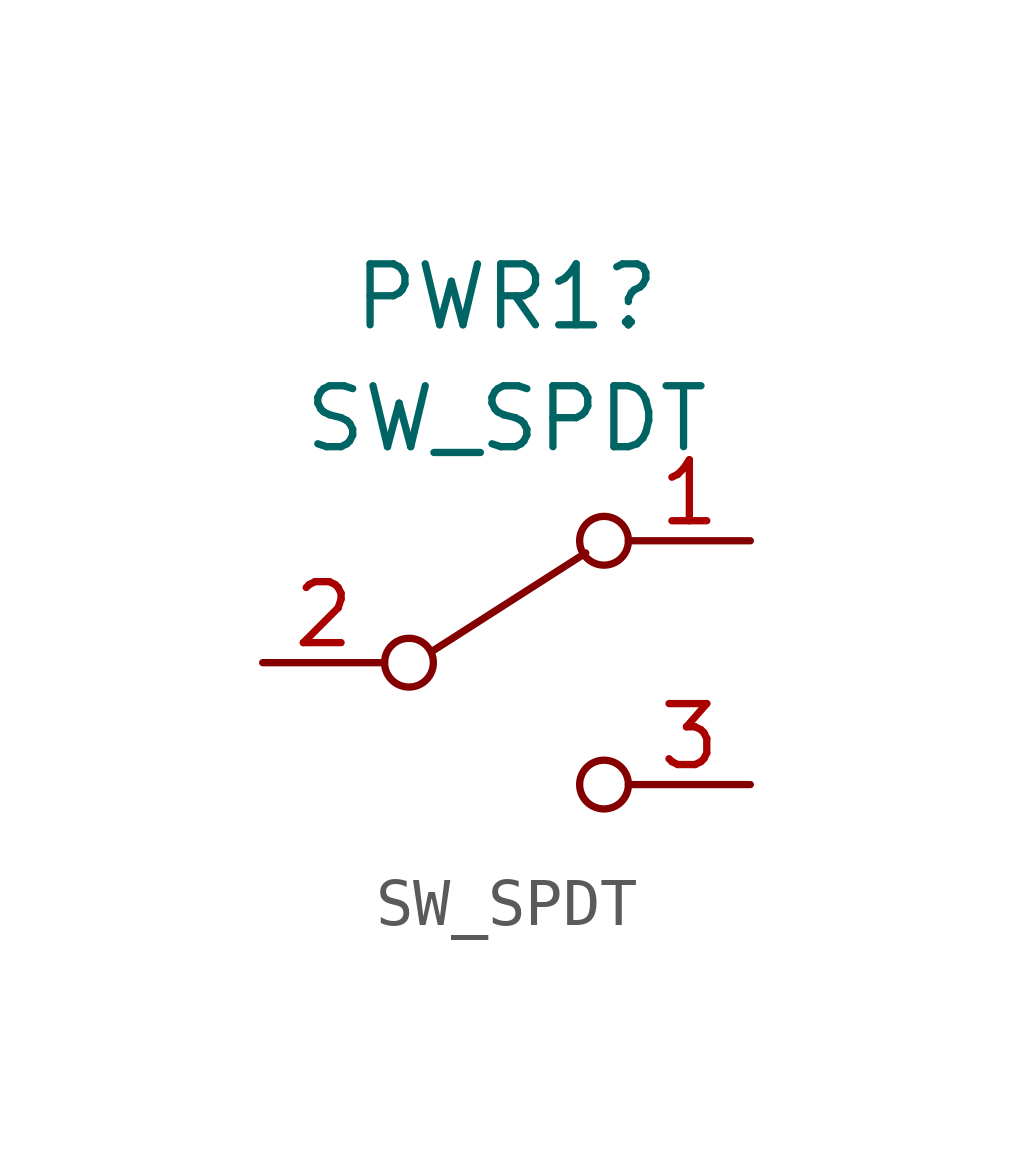
<source format=kicad_sym>
(kicad_symbol_lib
  (version 20231120)
  (generator "kicad_symbol_editor")
  (generator_version "8.0")
  (symbol "SW_SPDT"
    (pin_names
      (offset 0) hide)
    (property "Reference" "PWR1"
      (at 0 7.62 0)
      (effects (font (size 1.27 1.27))))
    (property "Value" "SW_SPDT"
      (at 0 5.08 0)
      (effects (font (size 1.27 1.27))))
    (symbol "SW_SPDT_0_0"
      (circle (center -2.032 0) (radius 0.508) (stroke (width 0) (type default)) (fill (type none)))
      (circle (center 2.032 -2.54) (radius 0.508) (stroke (width 0) (type default)) (fill (type none))))
    (symbol "SW_SPDT_0_1"
      (polyline (pts (xy -1.524 0.254) (xy 1.651 2.286)) (stroke (width 0) (type default)) (fill (type none)))
      (circle (center 2.032 2.54) (radius 0.508) (stroke (width 0) (type default)) (fill (type none))))
    (symbol "SW_SPDT_1_1"
      (pin passive line (at 5.08 2.54 180) (length 2.54) (name "A" (effects (font (size 1.27 1.27)))) (number "1" (effects (font (size 1.27 1.27)))))
      (pin passive line (at -5.08 0 0) (length 2.54) (name "B" (effects (font (size 1.27 1.27)))) (number "2" (effects (font (size 1.27 1.27)))))
      (pin passive line (at 5.08 -2.54 180) (length 2.54) (name "C" (effects (font (size 1.27 1.27)))) (number "3" (effects (font (size 1.27 1.27))))))))
</source>
